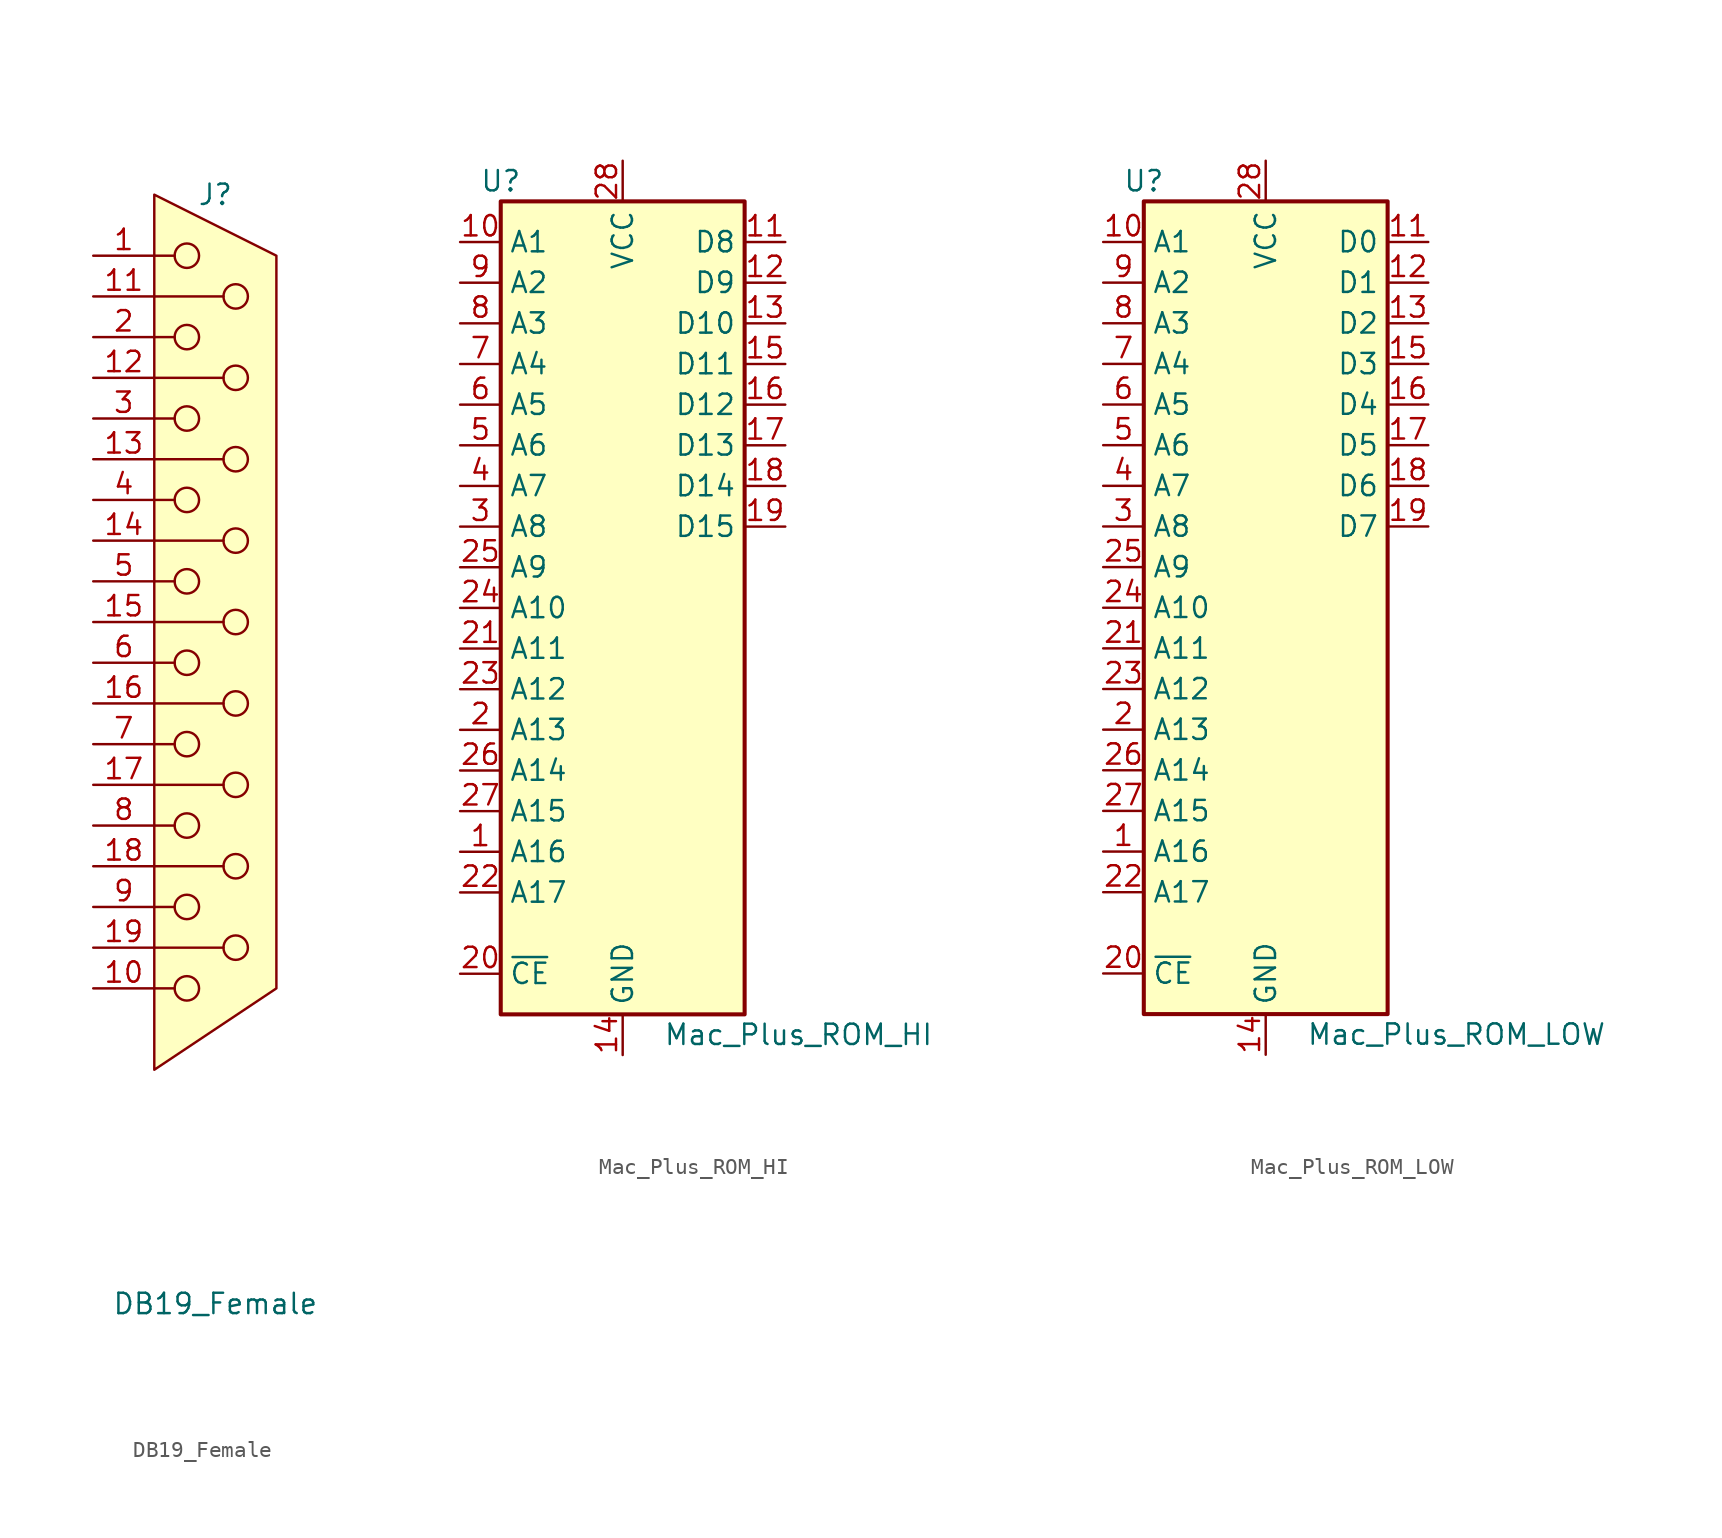
<source format=kicad_sym>
(kicad_symbol_lib
  (version 20231120)
  (generator "kicad_symbol_editor")
  (generator_version "8.0")
  (symbol "DB19_Female"
    (pin_names
      (offset 1.016) hide)
    (property "Reference" "J"
      (at 0 34.29 0)
      (effects (font (size 1.27 1.27))))
    (property "Value" "DB19_Female"
      (at 0 -34.925 0)
      (effects (font (size 1.27 1.27))))
    (symbol "DB19_Female_0_1"
      (circle (center -1.778 -15.24) (radius 0.762) (stroke (width 0) (type solid)) (fill (type none)))
      (circle (center -1.778 -10.16) (radius 0.762) (stroke (width 0) (type solid)) (fill (type none)))
      (circle (center -1.778 -5.08) (radius 0.762) (stroke (width 0) (type solid)) (fill (type none)))
      (circle (center -1.778 0) (radius 0.762) (stroke (width 0) (type solid)) (fill (type none)))
      (circle (center -1.778 5.08) (radius 0.762) (stroke (width 0) (type solid)) (fill (type none)))
      (circle (center -1.778 10.16) (radius 0.762) (stroke (width 0) (type solid)) (fill (type none)))
      (circle (center -1.778 15.24) (radius 0.762) (stroke (width 0) (type solid)) (fill (type none)))
      (circle (center -1.778 20.32) (radius 0.762) (stroke (width 0) (type solid)) (fill (type none)))
      (circle (center -1.778 25.4) (radius 0.762) (stroke (width 0) (type solid)) (fill (type none)))
      (circle (center -1.778 30.48) (radius 0.762) (stroke (width 0) (type solid)) (fill (type none)))
      (polyline (pts (xy -3.81 -15.24) (xy -2.54 -15.24)) (stroke (width 0) (type solid)) (fill (type none)))
      (polyline (pts (xy -3.81 -12.7) (xy 0.508 -12.7)) (stroke (width 0) (type solid)) (fill (type none)))
      (polyline (pts (xy -3.81 -10.16) (xy -2.54 -10.16)) (stroke (width 0) (type solid)) (fill (type none)))
      (polyline (pts (xy -3.81 -7.62) (xy 0.508 -7.62)) (stroke (width 0) (type solid)) (fill (type none)))
      (polyline (pts (xy -3.81 -5.08) (xy -2.54 -5.08)) (stroke (width 0) (type solid)) (fill (type none)))
      (polyline (pts (xy -3.81 -2.54) (xy 0.508 -2.54)) (stroke (width 0) (type solid)) (fill (type none)))
      (polyline (pts (xy -3.81 0) (xy -2.54 0)) (stroke (width 0) (type solid)) (fill (type none)))
      (polyline (pts (xy -3.81 2.54) (xy 0.508 2.54)) (stroke (width 0) (type solid)) (fill (type none)))
      (polyline (pts (xy -3.81 5.08) (xy -2.54 5.08)) (stroke (width 0) (type solid)) (fill (type none)))
      (polyline (pts (xy -3.81 7.62) (xy 0.508 7.62)) (stroke (width 0) (type solid)) (fill (type none)))
      (polyline (pts (xy -3.81 10.16) (xy -2.54 10.16)) (stroke (width 0) (type solid)) (fill (type none)))
      (polyline (pts (xy -3.81 12.7) (xy 0.508 12.7)) (stroke (width 0) (type solid)) (fill (type none)))
      (polyline (pts (xy -3.81 15.24) (xy -2.54 15.24)) (stroke (width 0) (type solid)) (fill (type none)))
      (polyline (pts (xy -3.81 17.78) (xy 0.508 17.78)) (stroke (width 0) (type solid)) (fill (type none)))
      (polyline (pts (xy -3.81 20.32) (xy -2.54 20.32)) (stroke (width 0) (type solid)) (fill (type none)))
      (polyline (pts (xy -3.81 22.86) (xy 0.508 22.86)) (stroke (width 0) (type solid)) (fill (type none)))
      (polyline (pts (xy -3.81 25.4) (xy -2.54 25.4)) (stroke (width 0) (type solid)) (fill (type none)))
      (polyline (pts (xy -3.81 27.94) (xy 0.508 27.94)) (stroke (width 0) (type solid)) (fill (type none)))
      (polyline (pts (xy -3.81 30.48) (xy -2.54 30.48)) (stroke (width 0) (type solid)) (fill (type none)))
      (polyline (pts (xy -3.81 34.29) (xy 3.81 30.48) (xy 3.81 -15.24) (xy -3.81 -20.32) (xy -3.81 34.29)) (stroke (width 0) (type solid)) (fill (type background)))
      (circle (center 1.27 -12.7) (radius 0.762) (stroke (width 0) (type solid)) (fill (type none)))
      (circle (center 1.27 -7.62) (radius 0.762) (stroke (width 0) (type solid)) (fill (type none)))
      (circle (center 1.27 -2.54) (radius 0.762) (stroke (width 0) (type solid)) (fill (type none)))
      (circle (center 1.27 2.54) (radius 0.762) (stroke (width 0) (type solid)) (fill (type none)))
      (circle (center 1.27 7.62) (radius 0.762) (stroke (width 0) (type solid)) (fill (type none)))
      (circle (center 1.27 12.7) (radius 0.762) (stroke (width 0) (type solid)) (fill (type none)))
      (circle (center 1.27 17.78) (radius 0.762) (stroke (width 0) (type solid)) (fill (type none)))
      (circle (center 1.27 22.86) (radius 0.762) (stroke (width 0) (type solid)) (fill (type none)))
      (circle (center 1.27 27.94) (radius 0.762) (stroke (width 0) (type solid)) (fill (type none))))
    (symbol "DB19_Female_1_1"
      (pin passive line (at -7.62 30.48 0) (length 3.81) (name "1" (effects (font (size 1.27 1.27)))) (number "1" (effects (font (size 1.27 1.27)))))
      (pin passive line (at -7.62 -15.24 0) (length 3.81) (name "10" (effects (font (size 1.27 1.27)))) (number "10" (effects (font (size 1.27 1.27)))))
      (pin passive line (at -7.62 27.94 0) (length 3.81) (name "11" (effects (font (size 1.27 1.27)))) (number "11" (effects (font (size 1.27 1.27)))))
      (pin passive line (at -7.62 22.86 0) (length 3.81) (name "12" (effects (font (size 1.27 1.27)))) (number "12" (effects (font (size 1.27 1.27)))))
      (pin passive line (at -7.62 17.78 0) (length 3.81) (name "13" (effects (font (size 1.27 1.27)))) (number "13" (effects (font (size 1.27 1.27)))))
      (pin passive line (at -7.62 12.7 0) (length 3.81) (name "14" (effects (font (size 1.27 1.27)))) (number "14" (effects (font (size 1.27 1.27)))))
      (pin passive line (at -7.62 7.62 0) (length 3.81) (name "15" (effects (font (size 1.27 1.27)))) (number "15" (effects (font (size 1.27 1.27)))))
      (pin passive line (at -7.62 2.54 0) (length 3.81) (name "16" (effects (font (size 1.27 1.27)))) (number "16" (effects (font (size 1.27 1.27)))))
      (pin passive line (at -7.62 -2.54 0) (length 3.81) (name "17" (effects (font (size 1.27 1.27)))) (number "17" (effects (font (size 1.27 1.27)))))
      (pin passive line (at -7.62 -7.62 0) (length 3.81) (name "18" (effects (font (size 1.27 1.27)))) (number "18" (effects (font (size 1.27 1.27)))))
      (pin passive line (at -7.62 -12.7 0) (length 3.81) (name "19" (effects (font (size 1.27 1.27)))) (number "19" (effects (font (size 1.27 1.27)))))
      (pin passive line (at -7.62 25.4 0) (length 3.81) (name "2" (effects (font (size 1.27 1.27)))) (number "2" (effects (font (size 1.27 1.27)))))
      (pin passive line (at -7.62 20.32 0) (length 3.81) (name "3" (effects (font (size 1.27 1.27)))) (number "3" (effects (font (size 1.27 1.27)))))
      (pin passive line (at -7.62 15.24 0) (length 3.81) (name "4" (effects (font (size 1.27 1.27)))) (number "4" (effects (font (size 1.27 1.27)))))
      (pin passive line (at -7.62 10.16 0) (length 3.81) (name "5" (effects (font (size 1.27 1.27)))) (number "5" (effects (font (size 1.27 1.27)))))
      (pin passive line (at -7.62 5.08 0) (length 3.81) (name "6" (effects (font (size 1.27 1.27)))) (number "6" (effects (font (size 1.27 1.27)))))
      (pin passive line (at -7.62 0 0) (length 3.81) (name "7" (effects (font (size 1.27 1.27)))) (number "7" (effects (font (size 1.27 1.27)))))
      (pin passive line (at -7.62 -5.08 0) (length 3.81) (name "8" (effects (font (size 1.27 1.27)))) (number "8" (effects (font (size 1.27 1.27)))))
      (pin passive line (at -7.62 -10.16 0) (length 3.81) (name "9" (effects (font (size 1.27 1.27)))) (number "9" (effects (font (size 1.27 1.27)))))))
  (symbol "Mac_Plus_ROM_HI"
    (property "Reference" "U"
      (at -7.62 26.67 0)
      (effects (font (size 1.27 1.27))))
    (property "Value" "Mac_Plus_ROM_HI"
      (at 2.54 -26.67 0)
      (effects (font (size 1.27 1.27)) (justify left)))
    (symbol "Mac_Plus_ROM_HI_1_1"
      (rectangle (start -7.62 25.4) (end 7.62 -25.4) (stroke (width 0.254) (type solid)) (fill (type background)))
      (pin output line (at -10.16 -15.24 0) (length 2.54) (name "A16" (effects (font (size 1.27 1.27)))) (number "1" (effects (font (size 1.27 1.27)))))
      (pin output line (at -10.16 22.86 0) (length 2.54) (name "A1" (effects (font (size 1.27 1.27)))) (number "10" (effects (font (size 1.27 1.27)))))
      (pin tri_state line (at 10.16 22.86 180) (length 2.54) (name "D8" (effects (font (size 1.27 1.27)))) (number "11" (effects (font (size 1.27 1.27)))))
      (pin tri_state line (at 10.16 20.32 180) (length 2.54) (name "D9" (effects (font (size 1.27 1.27)))) (number "12" (effects (font (size 1.27 1.27)))))
      (pin tri_state line (at 10.16 17.78 180) (length 2.54) (name "D10" (effects (font (size 1.27 1.27)))) (number "13" (effects (font (size 1.27 1.27)))))
      (pin power_in line (at 0 -27.94 90) (length 2.54) (name "GND" (effects (font (size 1.27 1.27)))) (number "14" (effects (font (size 1.27 1.27)))))
      (pin tri_state line (at 10.16 15.24 180) (length 2.54) (name "D11" (effects (font (size 1.27 1.27)))) (number "15" (effects (font (size 1.27 1.27)))))
      (pin tri_state line (at 10.16 12.7 180) (length 2.54) (name "D12" (effects (font (size 1.27 1.27)))) (number "16" (effects (font (size 1.27 1.27)))))
      (pin tri_state line (at 10.16 10.16 180) (length 2.54) (name "D13" (effects (font (size 1.27 1.27)))) (number "17" (effects (font (size 1.27 1.27)))))
      (pin tri_state line (at 10.16 7.62 180) (length 2.54) (name "D14" (effects (font (size 1.27 1.27)))) (number "18" (effects (font (size 1.27 1.27)))))
      (pin tri_state line (at 10.16 5.08 180) (length 2.54) (name "D15" (effects (font (size 1.27 1.27)))) (number "19" (effects (font (size 1.27 1.27)))))
      (pin output line (at -10.16 -7.62 0) (length 2.54) (name "A13" (effects (font (size 1.27 1.27)))) (number "2" (effects (font (size 1.27 1.27)))))
      (pin output line (at -10.16 -22.86 0) (length 2.54) (name "~{CE}" (effects (font (size 1.27 1.27)))) (number "20" (effects (font (size 1.27 1.27)))))
      (pin output line (at -10.16 -2.54 0) (length 2.54) (name "A11" (effects (font (size 1.27 1.27)))) (number "21" (effects (font (size 1.27 1.27)))))
      (pin output line (at -10.16 -17.78 0) (length 2.54) (name "A17" (effects (font (size 1.27 1.27)))) (number "22" (effects (font (size 1.27 1.27)))))
      (pin output line (at -10.16 -5.08 0) (length 2.54) (name "A12" (effects (font (size 1.27 1.27)))) (number "23" (effects (font (size 1.27 1.27)))))
      (pin output line (at -10.16 0 0) (length 2.54) (name "A10" (effects (font (size 1.27 1.27)))) (number "24" (effects (font (size 1.27 1.27)))))
      (pin output line (at -10.16 2.54 0) (length 2.54) (name "A9" (effects (font (size 1.27 1.27)))) (number "25" (effects (font (size 1.27 1.27)))))
      (pin output line (at -10.16 -10.16 0) (length 2.54) (name "A14" (effects (font (size 1.27 1.27)))) (number "26" (effects (font (size 1.27 1.27)))))
      (pin output line (at -10.16 -12.7 0) (length 2.54) (name "A15" (effects (font (size 1.27 1.27)))) (number "27" (effects (font (size 1.27 1.27)))))
      (pin power_in line (at 0 27.94 270) (length 2.54) (name "VCC" (effects (font (size 1.27 1.27)))) (number "28" (effects (font (size 1.27 1.27)))))
      (pin output line (at -10.16 5.08 0) (length 2.54) (name "A8" (effects (font (size 1.27 1.27)))) (number "3" (effects (font (size 1.27 1.27)))))
      (pin output line (at -10.16 7.62 0) (length 2.54) (name "A7" (effects (font (size 1.27 1.27)))) (number "4" (effects (font (size 1.27 1.27)))))
      (pin output line (at -10.16 10.16 0) (length 2.54) (name "A6" (effects (font (size 1.27 1.27)))) (number "5" (effects (font (size 1.27 1.27)))))
      (pin output line (at -10.16 12.7 0) (length 2.54) (name "A5" (effects (font (size 1.27 1.27)))) (number "6" (effects (font (size 1.27 1.27)))))
      (pin output line (at -10.16 15.24 0) (length 2.54) (name "A4" (effects (font (size 1.27 1.27)))) (number "7" (effects (font (size 1.27 1.27)))))
      (pin output line (at -10.16 17.78 0) (length 2.54) (name "A3" (effects (font (size 1.27 1.27)))) (number "8" (effects (font (size 1.27 1.27)))))
      (pin output line (at -10.16 20.32 0) (length 2.54) (name "A2" (effects (font (size 1.27 1.27)))) (number "9" (effects (font (size 1.27 1.27)))))))
  (symbol "Mac_Plus_ROM_LOW"
    (property "Reference" "U"
      (at -7.62 26.67 0)
      (effects (font (size 1.27 1.27))))
    (property "Value" "Mac_Plus_ROM_LOW"
      (at 2.54 -26.67 0)
      (effects (font (size 1.27 1.27)) (justify left)))
    (symbol "Mac_Plus_ROM_LOW_1_1"
      (rectangle (start -7.62 25.4) (end 7.62 -25.4) (stroke (width 0.254) (type solid)) (fill (type background)))
      (pin output line (at -10.16 -15.24 0) (length 2.54) (name "A16" (effects (font (size 1.27 1.27)))) (number "1" (effects (font (size 1.27 1.27)))))
      (pin output line (at -10.16 22.86 0) (length 2.54) (name "A1" (effects (font (size 1.27 1.27)))) (number "10" (effects (font (size 1.27 1.27)))))
      (pin tri_state line (at 10.16 22.86 180) (length 2.54) (name "D0" (effects (font (size 1.27 1.27)))) (number "11" (effects (font (size 1.27 1.27)))))
      (pin tri_state line (at 10.16 20.32 180) (length 2.54) (name "D1" (effects (font (size 1.27 1.27)))) (number "12" (effects (font (size 1.27 1.27)))))
      (pin tri_state line (at 10.16 17.78 180) (length 2.54) (name "D2" (effects (font (size 1.27 1.27)))) (number "13" (effects (font (size 1.27 1.27)))))
      (pin power_in line (at 0 -27.94 90) (length 2.54) (name "GND" (effects (font (size 1.27 1.27)))) (number "14" (effects (font (size 1.27 1.27)))))
      (pin tri_state line (at 10.16 15.24 180) (length 2.54) (name "D3" (effects (font (size 1.27 1.27)))) (number "15" (effects (font (size 1.27 1.27)))))
      (pin tri_state line (at 10.16 12.7 180) (length 2.54) (name "D4" (effects (font (size 1.27 1.27)))) (number "16" (effects (font (size 1.27 1.27)))))
      (pin tri_state line (at 10.16 10.16 180) (length 2.54) (name "D5" (effects (font (size 1.27 1.27)))) (number "17" (effects (font (size 1.27 1.27)))))
      (pin tri_state line (at 10.16 7.62 180) (length 2.54) (name "D6" (effects (font (size 1.27 1.27)))) (number "18" (effects (font (size 1.27 1.27)))))
      (pin tri_state line (at 10.16 5.08 180) (length 2.54) (name "D7" (effects (font (size 1.27 1.27)))) (number "19" (effects (font (size 1.27 1.27)))))
      (pin output line (at -10.16 -7.62 0) (length 2.54) (name "A13" (effects (font (size 1.27 1.27)))) (number "2" (effects (font (size 1.27 1.27)))))
      (pin output line (at -10.16 -22.86 0) (length 2.54) (name "~{CE}" (effects (font (size 1.27 1.27)))) (number "20" (effects (font (size 1.27 1.27)))))
      (pin output line (at -10.16 -2.54 0) (length 2.54) (name "A11" (effects (font (size 1.27 1.27)))) (number "21" (effects (font (size 1.27 1.27)))))
      (pin output line (at -10.16 -17.78 0) (length 2.54) (name "A17" (effects (font (size 1.27 1.27)))) (number "22" (effects (font (size 1.27 1.27)))))
      (pin output line (at -10.16 -5.08 0) (length 2.54) (name "A12" (effects (font (size 1.27 1.27)))) (number "23" (effects (font (size 1.27 1.27)))))
      (pin output line (at -10.16 0 0) (length 2.54) (name "A10" (effects (font (size 1.27 1.27)))) (number "24" (effects (font (size 1.27 1.27)))))
      (pin output line (at -10.16 2.54 0) (length 2.54) (name "A9" (effects (font (size 1.27 1.27)))) (number "25" (effects (font (size 1.27 1.27)))))
      (pin output line (at -10.16 -10.16 0) (length 2.54) (name "A14" (effects (font (size 1.27 1.27)))) (number "26" (effects (font (size 1.27 1.27)))))
      (pin output line (at -10.16 -12.7 0) (length 2.54) (name "A15" (effects (font (size 1.27 1.27)))) (number "27" (effects (font (size 1.27 1.27)))))
      (pin power_in line (at 0 27.94 270) (length 2.54) (name "VCC" (effects (font (size 1.27 1.27)))) (number "28" (effects (font (size 1.27 1.27)))))
      (pin output line (at -10.16 5.08 0) (length 2.54) (name "A8" (effects (font (size 1.27 1.27)))) (number "3" (effects (font (size 1.27 1.27)))))
      (pin output line (at -10.16 7.62 0) (length 2.54) (name "A7" (effects (font (size 1.27 1.27)))) (number "4" (effects (font (size 1.27 1.27)))))
      (pin output line (at -10.16 10.16 0) (length 2.54) (name "A6" (effects (font (size 1.27 1.27)))) (number "5" (effects (font (size 1.27 1.27)))))
      (pin output line (at -10.16 12.7 0) (length 2.54) (name "A5" (effects (font (size 1.27 1.27)))) (number "6" (effects (font (size 1.27 1.27)))))
      (pin output line (at -10.16 15.24 0) (length 2.54) (name "A4" (effects (font (size 1.27 1.27)))) (number "7" (effects (font (size 1.27 1.27)))))
      (pin output line (at -10.16 17.78 0) (length 2.54) (name "A3" (effects (font (size 1.27 1.27)))) (number "8" (effects (font (size 1.27 1.27)))))
      (pin output line (at -10.16 20.32 0) (length 2.54) (name "A2" (effects (font (size 1.27 1.27)))) (number "9" (effects (font (size 1.27 1.27))))))))
</source>
